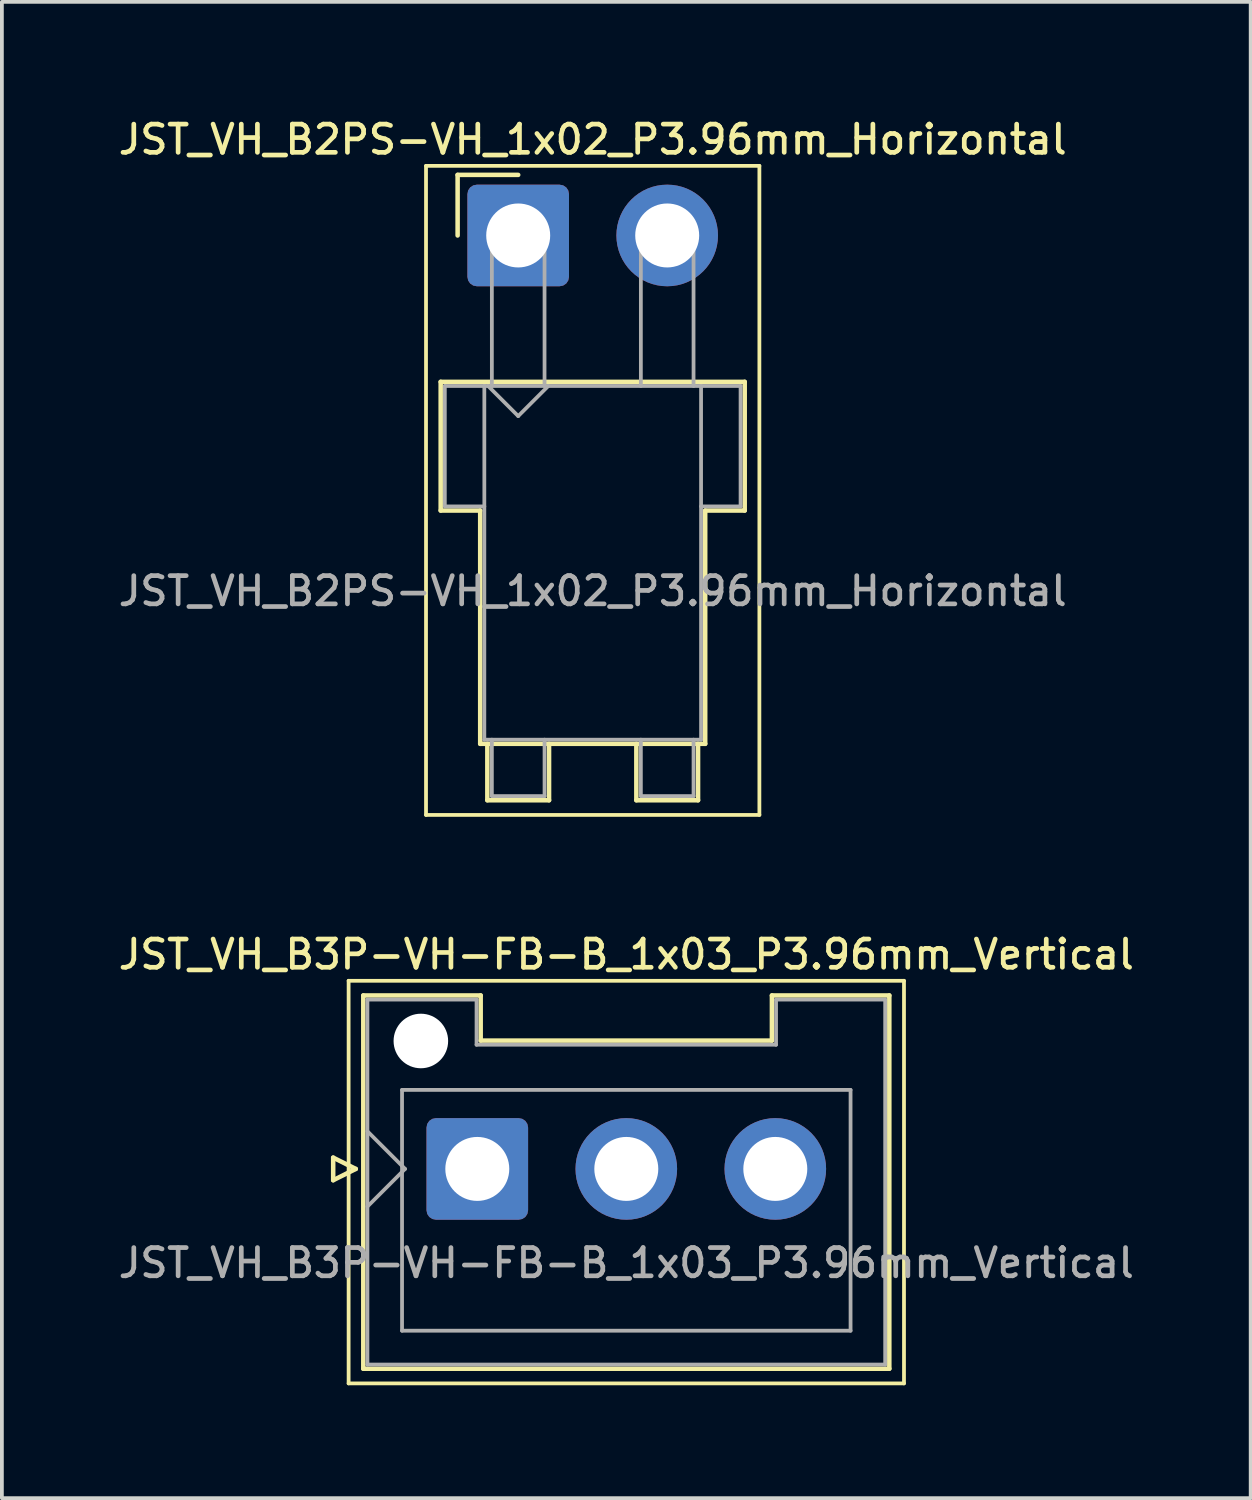
<source format=kicad_pcb>
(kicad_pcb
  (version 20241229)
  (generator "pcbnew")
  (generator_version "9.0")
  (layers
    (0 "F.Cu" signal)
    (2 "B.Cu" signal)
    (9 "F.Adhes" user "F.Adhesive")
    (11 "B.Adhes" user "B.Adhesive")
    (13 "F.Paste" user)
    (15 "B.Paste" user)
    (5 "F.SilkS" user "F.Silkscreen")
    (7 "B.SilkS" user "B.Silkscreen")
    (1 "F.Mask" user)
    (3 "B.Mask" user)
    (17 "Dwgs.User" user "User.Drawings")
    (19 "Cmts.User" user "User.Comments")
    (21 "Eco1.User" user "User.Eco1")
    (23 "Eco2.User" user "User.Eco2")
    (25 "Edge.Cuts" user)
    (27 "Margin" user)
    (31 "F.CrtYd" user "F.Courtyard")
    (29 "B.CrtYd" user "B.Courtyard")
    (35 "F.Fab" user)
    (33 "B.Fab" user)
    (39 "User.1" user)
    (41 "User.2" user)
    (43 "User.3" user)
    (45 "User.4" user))
  (footprint "JST_VH_B3P-VH-FB-B_1x03_P3.96mm_Vertical"
    (layer "F.Cu")
    (at 9.635 28.016)
    (property "Reference" "JST_VH_B3P-VH-FB-B_1x03_P3.96mm_Vertical" (at 3.96 -5.7 0) (layer "F.SilkS") (effects (font (size 0.75 0.75) (thickness 0.125))))
    (attr through_hole)
    (fp_line (start -3.83 -0.3) (end -3.23 0) (stroke (width 0.12) (type solid)) (layer "F.SilkS"))
    (fp_line (start -3.83 0.3) (end -3.83 -0.3) (stroke (width 0.12) (type solid)) (layer "F.SilkS"))
    (fp_line (start -3.42 -5) (end -3.42 5.7) (stroke (width 0.1) (type solid)) (layer "F.SilkS"))
    (fp_line (start -3.42 5.7) (end 11.34 5.7) (stroke (width 0.1) (type solid)) (layer "F.SilkS"))
    (fp_line (start -3.23 0) (end -3.83 0.3) (stroke (width 0.12) (type solid)) (layer "F.SilkS"))
    (fp_line (start -3.03 -4.61) (end 0.09 -4.61) (stroke (width 0.12) (type solid)) (layer "F.SilkS"))
    (fp_line (start -3.03 5.31) (end -3.03 -4.61) (stroke (width 0.12) (type solid)) (layer "F.SilkS"))
    (fp_line (start 0.09 -4.61) (end 0.09 -3.41) (stroke (width 0.12) (type solid)) (layer "F.SilkS"))
    (fp_line (start 0.09 -3.41) (end 7.83 -3.41) (stroke (width 0.12) (type solid)) (layer "F.SilkS"))
    (fp_line (start 7.83 -4.61) (end 10.95 -4.61) (stroke (width 0.12) (type solid)) (layer "F.SilkS"))
    (fp_line (start 7.83 -3.41) (end 7.83 -4.61) (stroke (width 0.12) (type solid)) (layer "F.SilkS"))
    (fp_line (start 10.95 -4.61) (end 10.95 5.31) (stroke (width 0.12) (type solid)) (layer "F.SilkS"))
    (fp_line (start 10.95 5.31) (end -3.03 5.31) (stroke (width 0.12) (type solid)) (layer "F.SilkS"))
    (fp_line (start 11.34 -5) (end -3.42 -5) (stroke (width 0.1) (type solid)) (layer "F.SilkS"))
    (fp_line (start 11.34 5.7) (end 11.34 -5) (stroke (width 0.1) (type solid)) (layer "F.SilkS"))
    (fp_line (start -2.92 -4.5) (end -0.02 -4.5) (stroke (width 0.1) (type solid)) (layer "F.Fab"))
    (fp_line (start -2.92 -1) (end -1.92 0) (stroke (width 0.1) (type solid)) (layer "F.Fab"))
    (fp_line (start -2.92 1) (end -1.92 0) (stroke (width 0.1) (type solid)) (layer "F.Fab"))
    (fp_line (start -2.92 5.2) (end -2.92 -4.5) (stroke (width 0.1) (type solid)) (layer "F.Fab"))
    (fp_line (start -2 -2.1) (end 9.92 -2.1) (stroke (width 0.1) (type solid)) (layer "F.Fab"))
    (fp_line (start -2 4.3) (end -2 -2.1) (stroke (width 0.1) (type solid)) (layer "F.Fab"))
    (fp_line (start -0.02 -4.5) (end -0.02 -3.3) (stroke (width 0.1) (type solid)) (layer "F.Fab"))
    (fp_line (start -0.02 -3.3) (end 7.94 -3.3) (stroke (width 0.1) (type solid)) (layer "F.Fab"))
    (fp_line (start 7.94 -4.5) (end 10.84 -4.5) (stroke (width 0.1) (type solid)) (layer "F.Fab"))
    (fp_line (start 7.94 -3.3) (end 7.94 -4.5) (stroke (width 0.1) (type solid)) (layer "F.Fab"))
    (fp_line (start 9.92 -2.1) (end 9.92 4.3) (stroke (width 0.1) (type solid)) (layer "F.Fab"))
    (fp_line (start 9.92 4.3) (end -2 4.3) (stroke (width 0.1) (type solid)) (layer "F.Fab"))
    (fp_line (start 10.84 -4.5) (end 10.84 5.2) (stroke (width 0.1) (type solid)) (layer "F.Fab"))
    (fp_line (start 10.84 5.2) (end -2.92 5.2) (stroke (width 0.1) (type solid)) (layer "F.Fab"))
    (fp_text user "${REFERENCE}" (at 3.96 2.5 0) (layer "F.Fab") (effects (font (size 0.75 0.75) (thickness 0.125))))
    (pad "" np_thru_hole circle (at -1.5 -3.4) (size 1.45 1.45) (drill 1.45) (layers "*.Cu" "*.Mask"))
    (pad "1" thru_hole roundrect (at 0 0) (size 2.7 2.7) (drill 1.7) (layers "*.Cu" "*.Mask") (roundrect_rratio 0.093))
    (pad "2" thru_hole circle (at 3.96 0) (size 2.7 2.7) (drill 1.7) (layers "*.Cu" "*.Mask"))
    (pad "3" thru_hole circle (at 7.92 0) (size 2.7 2.7) (drill 1.7) (layers "*.Cu" "*.Mask")))
  (footprint "JST_VH_B2PS-VH_1x02_P3.96mm_Horizontal"
    (layer "F.Cu")
    (at 10.722 3.208)
    (property "Reference" "JST_VH_B2PS-VH_1x02_P3.96mm_Horizontal" (at 1.98 -2.55 0) (layer "F.SilkS") (effects (font (size 0.75 0.75) (thickness 0.125))))
    (attr through_hole)
    (fp_line (start -2.45 -1.85) (end -2.45 15.4) (stroke (width 0.1) (type solid)) (layer "F.SilkS"))
    (fp_line (start -2.45 15.4) (end 6.41 15.4) (stroke (width 0.1) (type solid)) (layer "F.SilkS"))
    (fp_line (start -2.06 3.89) (end 6.02 3.89) (stroke (width 0.12) (type solid)) (layer "F.SilkS"))
    (fp_line (start -2.06 7.31) (end -2.06 3.89) (stroke (width 0.12) (type solid)) (layer "F.SilkS"))
    (fp_line (start -1.61 -1.61) (end -1.61 0) (stroke (width 0.12) (type solid)) (layer "F.SilkS"))
    (fp_line (start -1.01 7.31) (end -2.06 7.31) (stroke (width 0.12) (type solid)) (layer "F.SilkS"))
    (fp_line (start -1.01 13.51) (end -1.01 7.31) (stroke (width 0.12) (type solid)) (layer "F.SilkS"))
    (fp_line (start -0.82 13.51) (end -0.82 15.01) (stroke (width 0.12) (type solid)) (layer "F.SilkS"))
    (fp_line (start -0.82 15.01) (end 0.82 15.01) (stroke (width 0.12) (type solid)) (layer "F.SilkS"))
    (fp_line (start 0 -1.61) (end -1.61 -1.61) (stroke (width 0.12) (type solid)) (layer "F.SilkS"))
    (fp_line (start 0.82 15.01) (end 0.82 13.51) (stroke (width 0.12) (type solid)) (layer "F.SilkS"))
    (fp_line (start 3.14 13.51) (end 3.14 15.01) (stroke (width 0.12) (type solid)) (layer "F.SilkS"))
    (fp_line (start 3.14 15.01) (end 4.78 15.01) (stroke (width 0.12) (type solid)) (layer "F.SilkS"))
    (fp_line (start 4.78 15.01) (end 4.78 13.51) (stroke (width 0.12) (type solid)) (layer "F.SilkS"))
    (fp_line (start 4.97 7.31) (end 4.97 13.51) (stroke (width 0.12) (type solid)) (layer "F.SilkS"))
    (fp_line (start 4.97 13.51) (end -1.01 13.51) (stroke (width 0.12) (type solid)) (layer "F.SilkS"))
    (fp_line (start 6.02 3.89) (end 6.02 7.31) (stroke (width 0.12) (type solid)) (layer "F.SilkS"))
    (fp_line (start 6.02 7.31) (end 4.97 7.31) (stroke (width 0.12) (type solid)) (layer "F.SilkS"))
    (fp_line (start 6.41 -1.85) (end -2.45 -1.85) (stroke (width 0.1) (type solid)) (layer "F.SilkS"))
    (fp_line (start 6.41 15.4) (end 6.41 -1.85) (stroke (width 0.1) (type solid)) (layer "F.SilkS"))
    (fp_line (start -1.95 4) (end -0.9 4) (stroke (width 0.1) (type solid)) (layer "F.Fab"))
    (fp_line (start -1.95 7.2) (end -1.95 4) (stroke (width 0.1) (type solid)) (layer "F.Fab"))
    (fp_line (start -0.9 4) (end -0.9 13.4) (stroke (width 0.1) (type solid)) (layer "F.Fab"))
    (fp_line (start -0.9 7.2) (end -1.95 7.2) (stroke (width 0.1) (type solid)) (layer "F.Fab"))
    (fp_line (start -0.9 13.4) (end 4.86 13.4) (stroke (width 0.1) (type solid)) (layer "F.Fab"))
    (fp_line (start -0.8 4) (end 0 4.8) (stroke (width 0.1) (type solid)) (layer "F.Fab"))
    (fp_line (start -0.7 0) (end 0.7 0) (stroke (width 0.1) (type solid)) (layer "F.Fab"))
    (fp_line (start -0.7 4) (end -0.7 0) (stroke (width 0.1) (type solid)) (layer "F.Fab"))
    (fp_line (start -0.7 13.4) (end -0.7 14.9) (stroke (width 0.1) (type solid)) (layer "F.Fab"))
    (fp_line (start -0.7 14.9) (end 0.7 14.9) (stroke (width 0.1) (type solid)) (layer "F.Fab"))
    (fp_line (start 0 4.8) (end 0.8 4) (stroke (width 0.1) (type solid)) (layer "F.Fab"))
    (fp_line (start 0.7 0) (end 0.7 4) (stroke (width 0.1) (type solid)) (layer "F.Fab"))
    (fp_line (start 0.7 14.9) (end 0.7 13.4) (stroke (width 0.1) (type solid)) (layer "F.Fab"))
    (fp_line (start 3.26 0) (end 4.66 0) (stroke (width 0.1) (type solid)) (layer "F.Fab"))
    (fp_line (start 3.26 4) (end 3.26 0) (stroke (width 0.1) (type solid)) (layer "F.Fab"))
    (fp_line (start 3.26 13.4) (end 3.26 14.9) (stroke (width 0.1) (type solid)) (layer "F.Fab"))
    (fp_line (start 3.26 14.9) (end 4.66 14.9) (stroke (width 0.1) (type solid)) (layer "F.Fab"))
    (fp_line (start 4.66 0) (end 4.66 4) (stroke (width 0.1) (type solid)) (layer "F.Fab"))
    (fp_line (start 4.66 14.9) (end 4.66 13.4) (stroke (width 0.1) (type solid)) (layer "F.Fab"))
    (fp_line (start 4.86 4) (end -0.9 4) (stroke (width 0.1) (type solid)) (layer "F.Fab"))
    (fp_line (start 4.86 4) (end 5.91 4) (stroke (width 0.1) (type solid)) (layer "F.Fab"))
    (fp_line (start 4.86 13.4) (end 4.86 4) (stroke (width 0.1) (type solid)) (layer "F.Fab"))
    (fp_line (start 5.91 4) (end 5.91 7.2) (stroke (width 0.1) (type solid)) (layer "F.Fab"))
    (fp_line (start 5.91 7.2) (end 4.86 7.2) (stroke (width 0.1) (type solid)) (layer "F.Fab"))
    (fp_text user "${REFERENCE}" (at 1.98 9.45 0) (layer "F.Fab") (effects (font (size 0.75 0.75) (thickness 0.125))))
    (pad "1" thru_hole roundrect (at 0 0) (size 2.7 2.7) (drill 1.7) (layers "*.Cu" "*.Mask") (roundrect_rratio 0.093))
    (pad "2" thru_hole circle (at 3.96 0) (size 2.7 2.7) (drill 1.7) (layers "*.Cu" "*.Mask")))
  (gr_rect
    (start -3 -3)
    (end 30.189 36.766)
    (stroke (width 0.1) (type default))
    (fill no)
    (layer "Edge.Cuts")))
</source>
